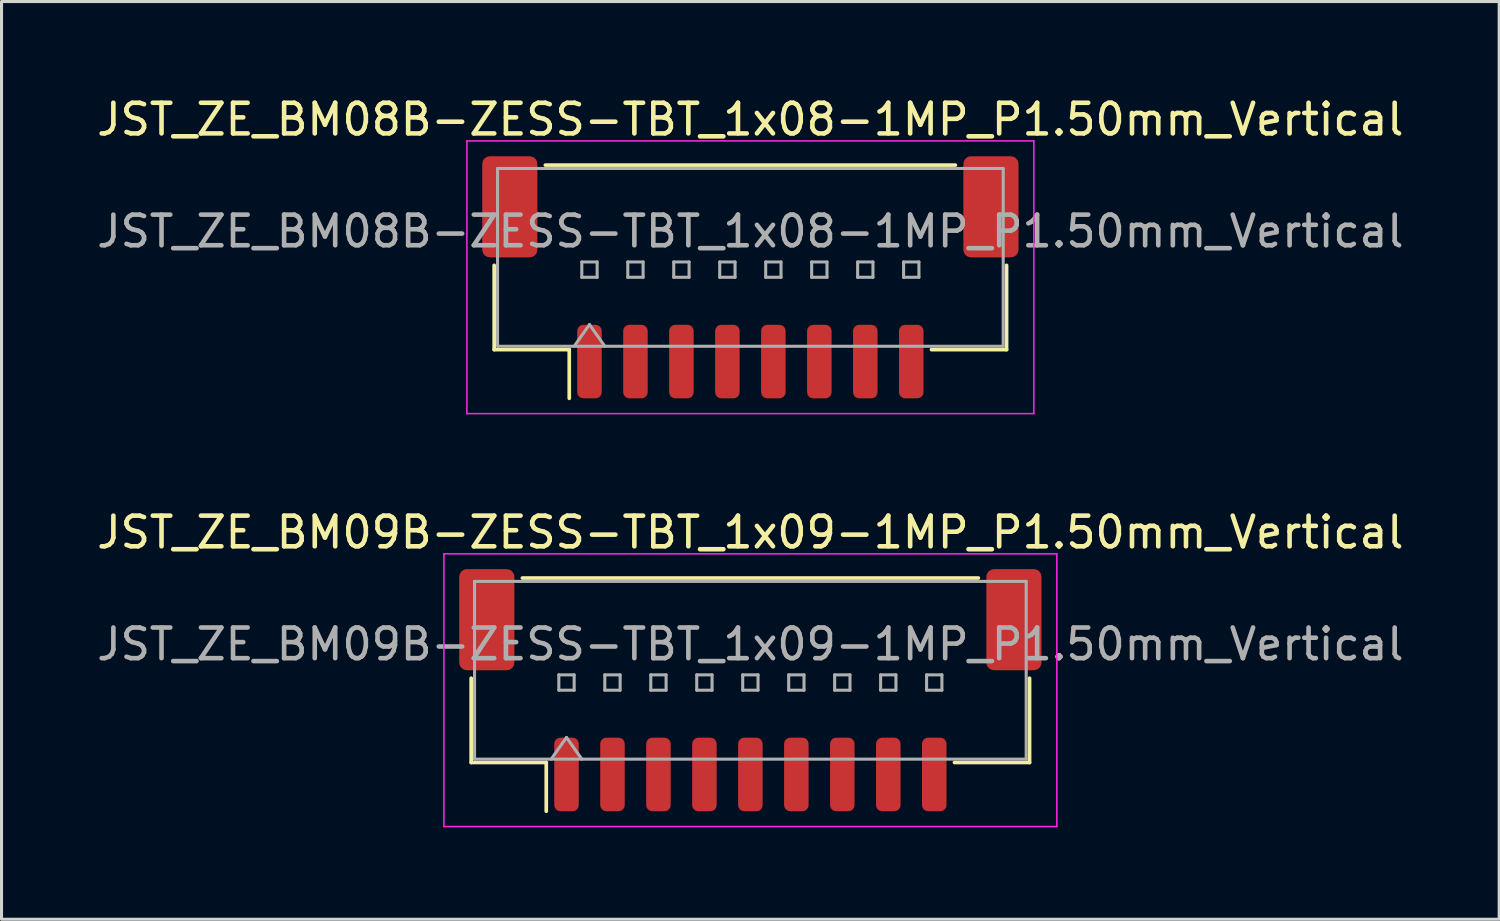
<source format=kicad_pcb>
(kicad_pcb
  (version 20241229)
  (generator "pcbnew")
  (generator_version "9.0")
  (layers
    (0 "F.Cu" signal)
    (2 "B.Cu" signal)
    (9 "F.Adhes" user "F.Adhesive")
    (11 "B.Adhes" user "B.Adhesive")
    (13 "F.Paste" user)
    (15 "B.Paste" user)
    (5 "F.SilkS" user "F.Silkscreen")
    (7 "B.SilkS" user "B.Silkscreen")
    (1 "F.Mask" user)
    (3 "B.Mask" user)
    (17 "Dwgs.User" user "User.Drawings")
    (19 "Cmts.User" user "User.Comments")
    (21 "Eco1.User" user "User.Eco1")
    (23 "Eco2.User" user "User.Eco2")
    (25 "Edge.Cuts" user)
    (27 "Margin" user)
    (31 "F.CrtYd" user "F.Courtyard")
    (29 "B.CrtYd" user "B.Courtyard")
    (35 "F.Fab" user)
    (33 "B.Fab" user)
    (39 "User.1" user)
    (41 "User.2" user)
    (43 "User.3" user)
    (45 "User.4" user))
  (footprint "JST_ZE_BM09B-ZESS-TBT_1x09-1MP_P1.50mm_Vertical"
    (layer "F.Cu")
    (at 21.435 19.471)
    (property "Reference" "JST_ZE_BM09B-ZESS-TBT_1x09-1MP_P1.50mm_Vertical" (at 0 -5.15 0) (layer "F.SilkS") (effects (font (size 1 1) (thickness 0.15))))
    (attr smd)
    (fp_line (start -9.11 -0.39) (end -9.11 2.36) (stroke (width 0.12) (type solid)) (layer "F.SilkS"))
    (fp_line (start -9.11 2.36) (end -6.66 2.36) (stroke (width 0.12) (type solid)) (layer "F.SilkS"))
    (fp_line (start -7.44 -3.66) (end 7.44 -3.66) (stroke (width 0.12) (type solid)) (layer "F.SilkS"))
    (fp_line (start -6.66 2.36) (end -6.66 3.95) (stroke (width 0.12) (type solid)) (layer "F.SilkS"))
    (fp_line (start 9.11 -0.39) (end 9.11 2.36) (stroke (width 0.12) (type solid)) (layer "F.SilkS"))
    (fp_line (start 9.11 2.36) (end 6.66 2.36) (stroke (width 0.12) (type solid)) (layer "F.SilkS"))
    (fp_line (start -10 -4.45) (end -10 4.45) (stroke (width 0.05) (type solid)) (layer "F.CrtYd"))
    (fp_line (start -10 4.45) (end 10 4.45) (stroke (width 0.05) (type solid)) (layer "F.CrtYd"))
    (fp_line (start 10 -4.45) (end -10 -4.45) (stroke (width 0.05) (type solid)) (layer "F.CrtYd"))
    (fp_line (start 10 4.45) (end 10 -4.45) (stroke (width 0.05) (type solid)) (layer "F.CrtYd"))
    (fp_line (start -9 -3.55) (end 9 -3.55) (stroke (width 0.1) (type solid)) (layer "F.Fab"))
    (fp_line (start -9 2.25) (end -9 -3.55) (stroke (width 0.1) (type solid)) (layer "F.Fab"))
    (fp_line (start -9 2.25) (end 9 2.25) (stroke (width 0.1) (type solid)) (layer "F.Fab"))
    (fp_line (start -6.5 2.25) (end -6 1.543) (stroke (width 0.1) (type solid)) (layer "F.Fab"))
    (fp_line (start -6.25 -0.5) (end -6.25 0) (stroke (width 0.1) (type solid)) (layer "F.Fab"))
    (fp_line (start -6.25 0) (end -5.75 0) (stroke (width 0.1) (type solid)) (layer "F.Fab"))
    (fp_line (start -6 1.543) (end -5.5 2.25) (stroke (width 0.1) (type solid)) (layer "F.Fab"))
    (fp_line (start -5.75 -0.5) (end -6.25 -0.5) (stroke (width 0.1) (type solid)) (layer "F.Fab"))
    (fp_line (start -5.75 0) (end -5.75 -0.5) (stroke (width 0.1) (type solid)) (layer "F.Fab"))
    (fp_line (start -4.75 -0.5) (end -4.75 0) (stroke (width 0.1) (type solid)) (layer "F.Fab"))
    (fp_line (start -4.75 0) (end -4.25 0) (stroke (width 0.1) (type solid)) (layer "F.Fab"))
    (fp_line (start -4.25 -0.5) (end -4.75 -0.5) (stroke (width 0.1) (type solid)) (layer "F.Fab"))
    (fp_line (start -4.25 0) (end -4.25 -0.5) (stroke (width 0.1) (type solid)) (layer "F.Fab"))
    (fp_line (start -3.25 -0.5) (end -3.25 0) (stroke (width 0.1) (type solid)) (layer "F.Fab"))
    (fp_line (start -3.25 0) (end -2.75 0) (stroke (width 0.1) (type solid)) (layer "F.Fab"))
    (fp_line (start -2.75 -0.5) (end -3.25 -0.5) (stroke (width 0.1) (type solid)) (layer "F.Fab"))
    (fp_line (start -2.75 0) (end -2.75 -0.5) (stroke (width 0.1) (type solid)) (layer "F.Fab"))
    (fp_line (start -1.75 -0.5) (end -1.75 0) (stroke (width 0.1) (type solid)) (layer "F.Fab"))
    (fp_line (start -1.75 0) (end -1.25 0) (stroke (width 0.1) (type solid)) (layer "F.Fab"))
    (fp_line (start -1.25 -0.5) (end -1.75 -0.5) (stroke (width 0.1) (type solid)) (layer "F.Fab"))
    (fp_line (start -1.25 0) (end -1.25 -0.5) (stroke (width 0.1) (type solid)) (layer "F.Fab"))
    (fp_line (start -0.25 -0.5) (end -0.25 0) (stroke (width 0.1) (type solid)) (layer "F.Fab"))
    (fp_line (start -0.25 0) (end 0.25 0) (stroke (width 0.1) (type solid)) (layer "F.Fab"))
    (fp_line (start 0.25 -0.5) (end -0.25 -0.5) (stroke (width 0.1) (type solid)) (layer "F.Fab"))
    (fp_line (start 0.25 0) (end 0.25 -0.5) (stroke (width 0.1) (type solid)) (layer "F.Fab"))
    (fp_line (start 1.25 -0.5) (end 1.25 0) (stroke (width 0.1) (type solid)) (layer "F.Fab"))
    (fp_line (start 1.25 0) (end 1.75 0) (stroke (width 0.1) (type solid)) (layer "F.Fab"))
    (fp_line (start 1.75 -0.5) (end 1.25 -0.5) (stroke (width 0.1) (type solid)) (layer "F.Fab"))
    (fp_line (start 1.75 0) (end 1.75 -0.5) (stroke (width 0.1) (type solid)) (layer "F.Fab"))
    (fp_line (start 2.75 -0.5) (end 2.75 0) (stroke (width 0.1) (type solid)) (layer "F.Fab"))
    (fp_line (start 2.75 0) (end 3.25 0) (stroke (width 0.1) (type solid)) (layer "F.Fab"))
    (fp_line (start 3.25 -0.5) (end 2.75 -0.5) (stroke (width 0.1) (type solid)) (layer "F.Fab"))
    (fp_line (start 3.25 0) (end 3.25 -0.5) (stroke (width 0.1) (type solid)) (layer "F.Fab"))
    (fp_line (start 4.25 -0.5) (end 4.25 0) (stroke (width 0.1) (type solid)) (layer "F.Fab"))
    (fp_line (start 4.25 0) (end 4.75 0) (stroke (width 0.1) (type solid)) (layer "F.Fab"))
    (fp_line (start 4.75 -0.5) (end 4.25 -0.5) (stroke (width 0.1) (type solid)) (layer "F.Fab"))
    (fp_line (start 4.75 0) (end 4.75 -0.5) (stroke (width 0.1) (type solid)) (layer "F.Fab"))
    (fp_line (start 5.75 -0.5) (end 5.75 0) (stroke (width 0.1) (type solid)) (layer "F.Fab"))
    (fp_line (start 5.75 0) (end 6.25 0) (stroke (width 0.1) (type solid)) (layer "F.Fab"))
    (fp_line (start 6.25 -0.5) (end 5.75 -0.5) (stroke (width 0.1) (type solid)) (layer "F.Fab"))
    (fp_line (start 6.25 0) (end 6.25 -0.5) (stroke (width 0.1) (type solid)) (layer "F.Fab"))
    (fp_line (start 9 2.25) (end 9 -3.55) (stroke (width 0.1) (type solid)) (layer "F.Fab"))
    (fp_text user "${REFERENCE}" (at 0 -1.5 0) (layer "F.Fab") (effects (font (size 1 1) (thickness 0.15))))
    (pad "1" smd roundrect (at -6 2.75) (size 0.8 2.4) (layers "F.Cu" "F.Mask" "F.Paste") (roundrect_rratio 0.25))
    (pad "2" smd roundrect (at -4.5 2.75) (size 0.8 2.4) (layers "F.Cu" "F.Mask" "F.Paste") (roundrect_rratio 0.25))
    (pad "3" smd roundrect (at -3 2.75) (size 0.8 2.4) (layers "F.Cu" "F.Mask" "F.Paste") (roundrect_rratio 0.25))
    (pad "4" smd roundrect (at -1.5 2.75) (size 0.8 2.4) (layers "F.Cu" "F.Mask" "F.Paste") (roundrect_rratio 0.25))
    (pad "5" smd roundrect (at 0 2.75) (size 0.8 2.4) (layers "F.Cu" "F.Mask" "F.Paste") (roundrect_rratio 0.25))
    (pad "6" smd roundrect (at 1.5 2.75) (size 0.8 2.4) (layers "F.Cu" "F.Mask" "F.Paste") (roundrect_rratio 0.25))
    (pad "7" smd roundrect (at 3 2.75) (size 0.8 2.4) (layers "F.Cu" "F.Mask" "F.Paste") (roundrect_rratio 0.25))
    (pad "8" smd roundrect (at 4.5 2.75) (size 0.8 2.4) (layers "F.Cu" "F.Mask" "F.Paste") (roundrect_rratio 0.25))
    (pad "9" smd roundrect (at 6 2.75) (size 0.8 2.4) (layers "F.Cu" "F.Mask" "F.Paste") (roundrect_rratio 0.25))
    (pad "MP" smd roundrect (at -8.6 -2.3) (size 1.8 3.3) (layers "F.Cu" "F.Mask" "F.Paste") (roundrect_rratio 0.139))
    (pad "MP" smd roundrect (at 8.6 -2.3) (size 1.8 3.3) (layers "F.Cu" "F.Mask" "F.Paste") (roundrect_rratio 0.139)))
  (footprint "JST_ZE_BM08B-ZESS-TBT_1x08-1MP_P1.50mm_Vertical"
    (layer "F.Cu")
    (at 21.435 5.998)
    (property "Reference" "JST_ZE_BM08B-ZESS-TBT_1x08-1MP_P1.50mm_Vertical" (at 0 -5.15 0) (layer "F.SilkS") (effects (font (size 1 1) (thickness 0.15))))
    (attr smd)
    (fp_line (start -8.36 -0.39) (end -8.36 2.36) (stroke (width 0.12) (type solid)) (layer "F.SilkS"))
    (fp_line (start -8.36 2.36) (end -5.91 2.36) (stroke (width 0.12) (type solid)) (layer "F.SilkS"))
    (fp_line (start -6.69 -3.66) (end 6.69 -3.66) (stroke (width 0.12) (type solid)) (layer "F.SilkS"))
    (fp_line (start -5.91 2.36) (end -5.91 3.95) (stroke (width 0.12) (type solid)) (layer "F.SilkS"))
    (fp_line (start 8.36 -0.39) (end 8.36 2.36) (stroke (width 0.12) (type solid)) (layer "F.SilkS"))
    (fp_line (start 8.36 2.36) (end 5.91 2.36) (stroke (width 0.12) (type solid)) (layer "F.SilkS"))
    (fp_line (start -9.25 -4.45) (end -9.25 4.45) (stroke (width 0.05) (type solid)) (layer "F.CrtYd"))
    (fp_line (start -9.25 4.45) (end 9.25 4.45) (stroke (width 0.05) (type solid)) (layer "F.CrtYd"))
    (fp_line (start 9.25 -4.45) (end -9.25 -4.45) (stroke (width 0.05) (type solid)) (layer "F.CrtYd"))
    (fp_line (start 9.25 4.45) (end 9.25 -4.45) (stroke (width 0.05) (type solid)) (layer "F.CrtYd"))
    (fp_line (start -8.25 -3.55) (end 8.25 -3.55) (stroke (width 0.1) (type solid)) (layer "F.Fab"))
    (fp_line (start -8.25 2.25) (end -8.25 -3.55) (stroke (width 0.1) (type solid)) (layer "F.Fab"))
    (fp_line (start -8.25 2.25) (end 8.25 2.25) (stroke (width 0.1) (type solid)) (layer "F.Fab"))
    (fp_line (start -5.75 2.25) (end -5.25 1.543) (stroke (width 0.1) (type solid)) (layer "F.Fab"))
    (fp_line (start -5.5 -0.5) (end -5.5 0) (stroke (width 0.1) (type solid)) (layer "F.Fab"))
    (fp_line (start -5.5 0) (end -5 0) (stroke (width 0.1) (type solid)) (layer "F.Fab"))
    (fp_line (start -5.25 1.543) (end -4.75 2.25) (stroke (width 0.1) (type solid)) (layer "F.Fab"))
    (fp_line (start -5 -0.5) (end -5.5 -0.5) (stroke (width 0.1) (type solid)) (layer "F.Fab"))
    (fp_line (start -5 0) (end -5 -0.5) (stroke (width 0.1) (type solid)) (layer "F.Fab"))
    (fp_line (start -4 -0.5) (end -4 0) (stroke (width 0.1) (type solid)) (layer "F.Fab"))
    (fp_line (start -4 0) (end -3.5 0) (stroke (width 0.1) (type solid)) (layer "F.Fab"))
    (fp_line (start -3.5 -0.5) (end -4 -0.5) (stroke (width 0.1) (type solid)) (layer "F.Fab"))
    (fp_line (start -3.5 0) (end -3.5 -0.5) (stroke (width 0.1) (type solid)) (layer "F.Fab"))
    (fp_line (start -2.5 -0.5) (end -2.5 0) (stroke (width 0.1) (type solid)) (layer "F.Fab"))
    (fp_line (start -2.5 0) (end -2 0) (stroke (width 0.1) (type solid)) (layer "F.Fab"))
    (fp_line (start -2 -0.5) (end -2.5 -0.5) (stroke (width 0.1) (type solid)) (layer "F.Fab"))
    (fp_line (start -2 0) (end -2 -0.5) (stroke (width 0.1) (type solid)) (layer "F.Fab"))
    (fp_line (start -1 -0.5) (end -1 0) (stroke (width 0.1) (type solid)) (layer "F.Fab"))
    (fp_line (start -1 0) (end -0.5 0) (stroke (width 0.1) (type solid)) (layer "F.Fab"))
    (fp_line (start -0.5 -0.5) (end -1 -0.5) (stroke (width 0.1) (type solid)) (layer "F.Fab"))
    (fp_line (start -0.5 0) (end -0.5 -0.5) (stroke (width 0.1) (type solid)) (layer "F.Fab"))
    (fp_line (start 0.5 -0.5) (end 0.5 0) (stroke (width 0.1) (type solid)) (layer "F.Fab"))
    (fp_line (start 0.5 0) (end 1 0) (stroke (width 0.1) (type solid)) (layer "F.Fab"))
    (fp_line (start 1 -0.5) (end 0.5 -0.5) (stroke (width 0.1) (type solid)) (layer "F.Fab"))
    (fp_line (start 1 0) (end 1 -0.5) (stroke (width 0.1) (type solid)) (layer "F.Fab"))
    (fp_line (start 2 -0.5) (end 2 0) (stroke (width 0.1) (type solid)) (layer "F.Fab"))
    (fp_line (start 2 0) (end 2.5 0) (stroke (width 0.1) (type solid)) (layer "F.Fab"))
    (fp_line (start 2.5 -0.5) (end 2 -0.5) (stroke (width 0.1) (type solid)) (layer "F.Fab"))
    (fp_line (start 2.5 0) (end 2.5 -0.5) (stroke (width 0.1) (type solid)) (layer "F.Fab"))
    (fp_line (start 3.5 -0.5) (end 3.5 0) (stroke (width 0.1) (type solid)) (layer "F.Fab"))
    (fp_line (start 3.5 0) (end 4 0) (stroke (width 0.1) (type solid)) (layer "F.Fab"))
    (fp_line (start 4 -0.5) (end 3.5 -0.5) (stroke (width 0.1) (type solid)) (layer "F.Fab"))
    (fp_line (start 4 0) (end 4 -0.5) (stroke (width 0.1) (type solid)) (layer "F.Fab"))
    (fp_line (start 5 -0.5) (end 5 0) (stroke (width 0.1) (type solid)) (layer "F.Fab"))
    (fp_line (start 5 0) (end 5.5 0) (stroke (width 0.1) (type solid)) (layer "F.Fab"))
    (fp_line (start 5.5 -0.5) (end 5 -0.5) (stroke (width 0.1) (type solid)) (layer "F.Fab"))
    (fp_line (start 5.5 0) (end 5.5 -0.5) (stroke (width 0.1) (type solid)) (layer "F.Fab"))
    (fp_line (start 8.25 2.25) (end 8.25 -3.55) (stroke (width 0.1) (type solid)) (layer "F.Fab"))
    (fp_text user "${REFERENCE}" (at 0 -1.5 0) (layer "F.Fab") (effects (font (size 1 1) (thickness 0.15))))
    (pad "1" smd roundrect (at -5.25 2.75) (size 0.8 2.4) (layers "F.Cu" "F.Mask" "F.Paste") (roundrect_rratio 0.25))
    (pad "2" smd roundrect (at -3.75 2.75) (size 0.8 2.4) (layers "F.Cu" "F.Mask" "F.Paste") (roundrect_rratio 0.25))
    (pad "3" smd roundrect (at -2.25 2.75) (size 0.8 2.4) (layers "F.Cu" "F.Mask" "F.Paste") (roundrect_rratio 0.25))
    (pad "4" smd roundrect (at -0.75 2.75) (size 0.8 2.4) (layers "F.Cu" "F.Mask" "F.Paste") (roundrect_rratio 0.25))
    (pad "5" smd roundrect (at 0.75 2.75) (size 0.8 2.4) (layers "F.Cu" "F.Mask" "F.Paste") (roundrect_rratio 0.25))
    (pad "6" smd roundrect (at 2.25 2.75) (size 0.8 2.4) (layers "F.Cu" "F.Mask" "F.Paste") (roundrect_rratio 0.25))
    (pad "7" smd roundrect (at 3.75 2.75) (size 0.8 2.4) (layers "F.Cu" "F.Mask" "F.Paste") (roundrect_rratio 0.25))
    (pad "8" smd roundrect (at 5.25 2.75) (size 0.8 2.4) (layers "F.Cu" "F.Mask" "F.Paste") (roundrect_rratio 0.25))
    (pad "MP" smd roundrect (at -7.85 -2.3) (size 1.8 3.3) (layers "F.Cu" "F.Mask" "F.Paste") (roundrect_rratio 0.139))
    (pad "MP" smd roundrect (at 7.85 -2.3) (size 1.8 3.3) (layers "F.Cu" "F.Mask" "F.Paste") (roundrect_rratio 0.139)))
  (gr_rect
    (start -3 -3)
    (end 45.869 26.947)
    (stroke (width 0.1) (type default))
    (fill no)
    (layer "Edge.Cuts")))
</source>
